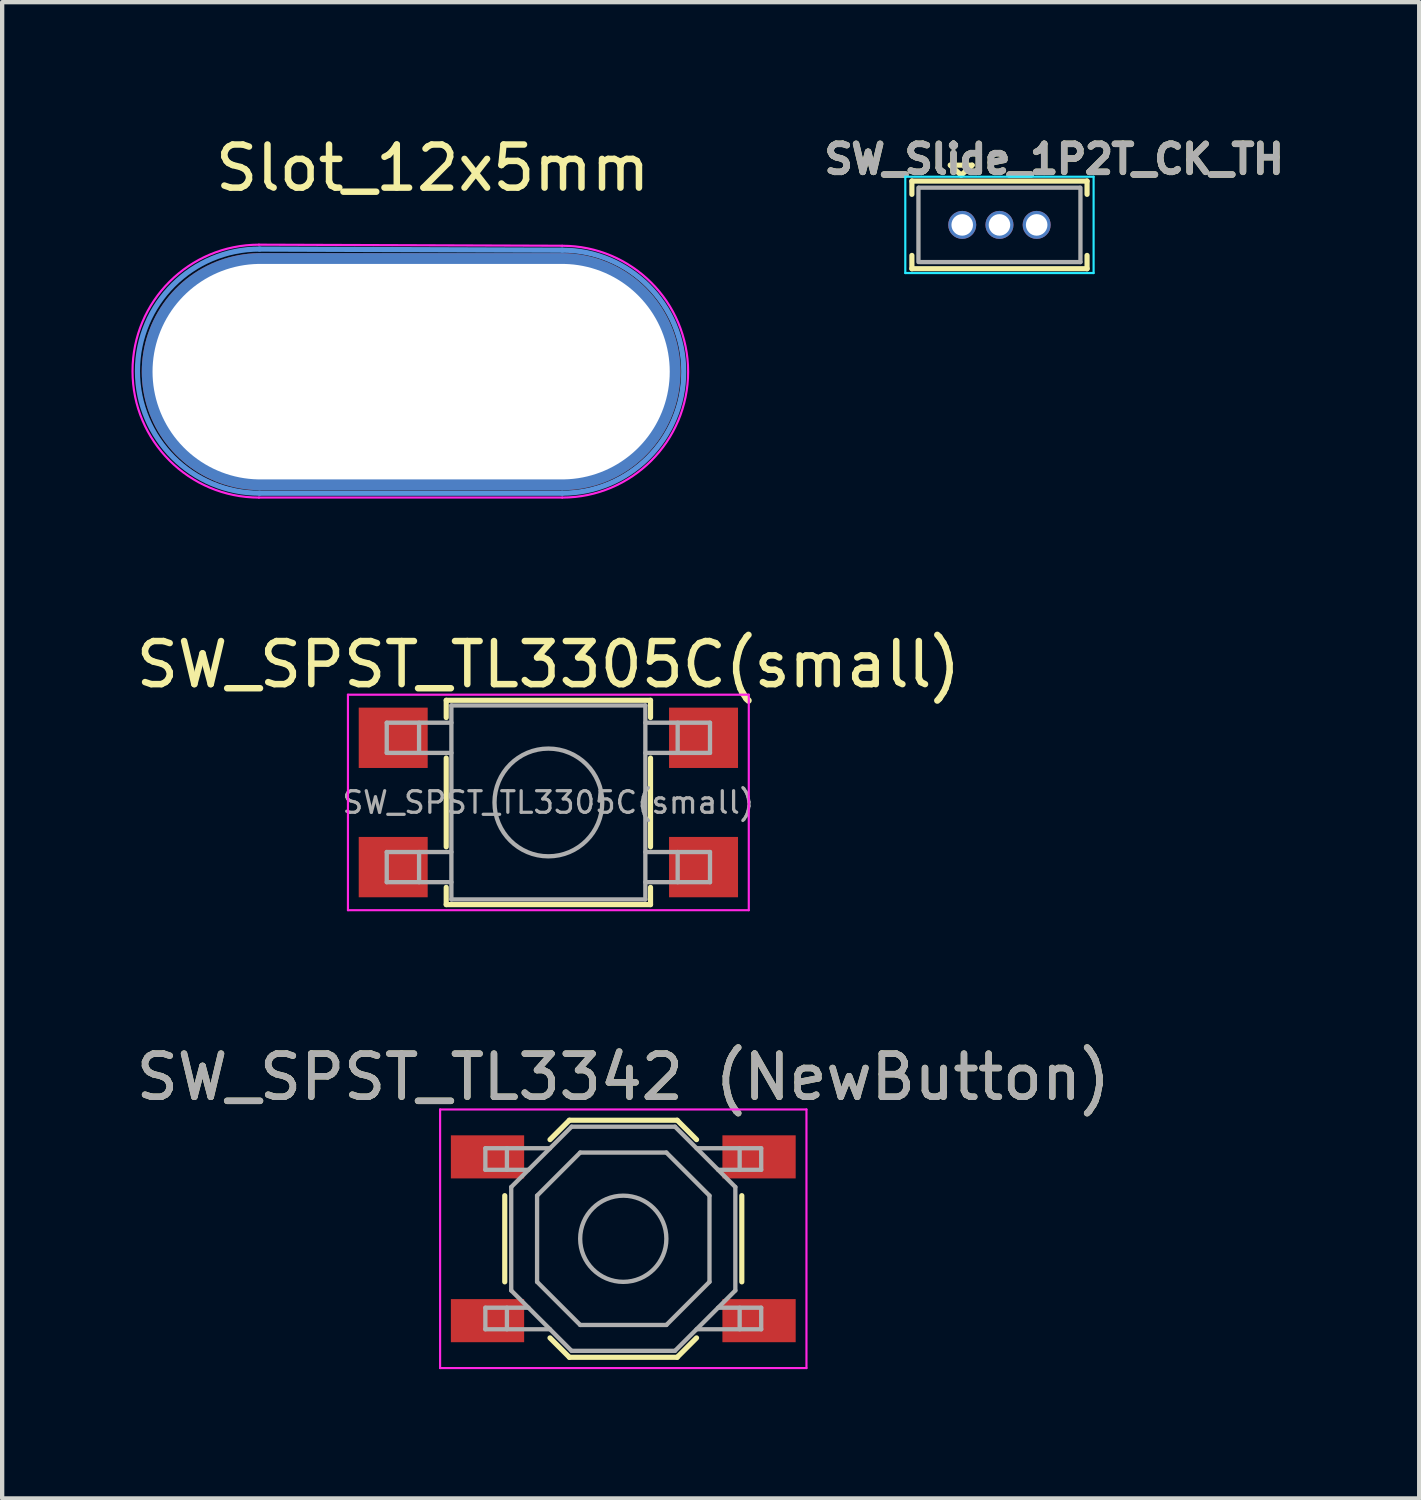
<source format=kicad_pcb>
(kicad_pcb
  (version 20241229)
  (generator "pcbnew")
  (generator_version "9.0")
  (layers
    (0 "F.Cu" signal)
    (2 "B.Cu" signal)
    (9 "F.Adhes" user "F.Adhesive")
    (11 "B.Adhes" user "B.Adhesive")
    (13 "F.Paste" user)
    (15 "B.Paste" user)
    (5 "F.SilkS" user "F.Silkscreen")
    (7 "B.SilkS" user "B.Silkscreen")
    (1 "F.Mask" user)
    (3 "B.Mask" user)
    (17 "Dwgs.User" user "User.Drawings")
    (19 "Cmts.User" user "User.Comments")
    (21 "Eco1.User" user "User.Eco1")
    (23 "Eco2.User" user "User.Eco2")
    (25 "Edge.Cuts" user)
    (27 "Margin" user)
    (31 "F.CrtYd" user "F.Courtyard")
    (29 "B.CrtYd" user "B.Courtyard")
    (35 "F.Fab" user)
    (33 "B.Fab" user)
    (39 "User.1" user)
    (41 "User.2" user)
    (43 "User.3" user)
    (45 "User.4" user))
  (footprint "Slot_12x5mm"
    (layer "F.Cu")
    (at 6.489 5.548)
    (property "Reference" "Slot_12x5mm" (at 0.5 -4.7 180) (layer "F.SilkS") (effects (font (size 1 1) (thickness 0.15))))
    (attr exclude_from_pos_files exclude_from_bom)
    (fp_line (start -3.518 -2.819) (end 3.505 -2.794) (stroke (width 0.12) (type solid)) (layer "Cmts.User"))
    (fp_line (start 3.505 2.845) (end -3.518 2.845) (stroke (width 0.12) (type solid)) (layer "Cmts.User"))
    (fp_arc (start -3.5179 2.8448) (mid -6.35 0.0127) (end -3.5179 -2.8194) (stroke (width 0.12) (type solid)) (layer "Cmts.User"))
    (fp_arc (start 3.5052 -2.794) (mid 6.3246 0.0254) (end 3.5052 2.8448) (stroke (width 0.12) (type solid)) (layer "Cmts.User"))
    (fp_line (start -3.531 -2.921) (end 3.505 -2.896) (stroke (width 0.05) (type solid)) (layer "F.CrtYd"))
    (fp_line (start 3.505 2.946) (end -3.531 2.946) (stroke (width 0.05) (type solid)) (layer "F.CrtYd"))
    (fp_arc (start -3.5306 2.9464) (mid -6.4643 0.0127) (end -3.5306 -2.921) (stroke (width 0.05) (type solid)) (layer "F.CrtYd"))
    (fp_arc (start 3.5052 -2.8956) (mid 6.4262 0.0254) (end 3.5052 2.9464) (stroke (width 0.05) (type solid)) (layer "F.CrtYd"))
    (pad "" thru_hole oval (at 0 0.025) (size 12.5 5.5) (drill oval 12 5) (layers "*.Cu" "*.Mask")))
  (footprint "SW_Slide_1P2T_CK_TH"
    (layer "F.Cu")
    (at 19.072 2.117)
    (property "Reference" "SW_Slide_1P2T_CK_TH" (at 2.337 -1.473 0) (layer "F.SilkS") (effects (font (size 0.65 0.65) (thickness 0.15))))
    (attr through_hole)
    (fp_line (start -0.965 -0.968) (end -0.965 -0.658) (stroke (width 0.12) (type solid)) (layer "F.SilkS"))
    (fp_line (start -0.965 -0.965) (end 3.099 -0.965) (stroke (width 0.12) (type solid)) (layer "F.SilkS"))
    (fp_line (start -0.965 1.069) (end -0.965 0.759) (stroke (width 0.12) (type solid)) (layer "F.SilkS"))
    (fp_line (start -0.076 -1.335) (end 0.178 -1.103) (stroke (width 0.12) (type solid)) (layer "F.SilkS"))
    (fp_line (start 0.178 -1.103) (end 0.432 -1.335) (stroke (width 0.12) (type solid)) (layer "F.SilkS"))
    (fp_line (start 0.432 -1.335) (end -0.068 -1.335) (stroke (width 0.12) (type solid)) (layer "F.SilkS"))
    (fp_line (start 3.099 -0.968) (end 3.099 -0.658) (stroke (width 0.12) (type solid)) (layer "F.SilkS"))
    (fp_line (start 3.099 1.067) (end -0.965 1.067) (stroke (width 0.12) (type solid)) (layer "F.SilkS"))
    (fp_line (start 3.099 1.069) (end 3.099 0.759) (stroke (width 0.12) (type solid)) (layer "F.SilkS"))
    (fp_line (start -1.118 -1.067) (end -1.118 1.168) (stroke (width 0.05) (type solid)) (layer "B.CrtYd"))
    (fp_line (start 3.251 -1.067) (end -1.118 -1.067) (stroke (width 0.05) (type solid)) (layer "B.CrtYd"))
    (fp_line (start 3.251 -1.067) (end 3.251 1.168) (stroke (width 0.05) (type solid)) (layer "B.CrtYd"))
    (fp_line (start 3.251 1.168) (end -1.118 1.168) (stroke (width 0.05) (type solid)) (layer "B.CrtYd"))
    (fp_line (start -0.813 -0.813) (end -0.813 0.914) (stroke (width 0.1) (type solid)) (layer "F.Fab"))
    (fp_line (start 2.928 -0.813) (end -0.795 -0.813) (stroke (width 0.1) (type solid)) (layer "F.Fab"))
    (fp_line (start 2.946 -0.813) (end 2.946 0.914) (stroke (width 0.1) (type solid)) (layer "F.Fab"))
    (fp_line (start 2.946 0.914) (end -0.777 0.914) (stroke (width 0.1) (type solid)) (layer "F.Fab"))
    (fp_text user "${REFERENCE}" (at 2.337 -1.473 0) (layer "F.Fab") (effects (font (size 0.65 0.65) (thickness 0.15))))
    (pad "1" thru_hole circle (at 0.203 0.051) (size 0.65 0.65) (drill 0.5) (layers "*.Cu" "*.Mask"))
    (pad "2" thru_hole circle (at 1.067 0.051) (size 0.65 0.65) (drill 0.5) (layers "*.Cu" "*.Mask"))
    (pad "3" thru_hole circle (at 1.93 0.051) (size 0.65 0.65) (drill 0.5) (layers "*.Cu" "*.Mask")))
  (footprint "SW_SPST_TL3305C(small)"
    (layer "F.Cu")
    (at 9.673 15.568)
    (property "Reference" "SW_SPST_TL3305C(small)" (at 0 -3.2 180) (layer "F.SilkS") (effects (font (size 1 1) (thickness 0.15))))
    (attr smd)
    (fp_line (start -2.37 -2.37) (end -2.37 -1.97) (stroke (width 0.12) (type solid)) (layer "F.SilkS"))
    (fp_line (start -2.37 -2.37) (end 2.37 -2.37) (stroke (width 0.12) (type solid)) (layer "F.SilkS"))
    (fp_line (start -2.37 1.03) (end -2.37 -1.03) (stroke (width 0.12) (type solid)) (layer "F.SilkS"))
    (fp_line (start -2.37 2.37) (end -2.37 1.97) (stroke (width 0.12) (type solid)) (layer "F.SilkS"))
    (fp_line (start -2.37 2.37) (end 2.37 2.37) (stroke (width 0.12) (type solid)) (layer "F.SilkS"))
    (fp_line (start 2.37 -2.37) (end 2.37 -1.97) (stroke (width 0.12) (type solid)) (layer "F.SilkS"))
    (fp_line (start 2.37 1.03) (end 2.37 -1.03) (stroke (width 0.12) (type solid)) (layer "F.SilkS"))
    (fp_line (start 2.37 2.37) (end 2.37 1.97) (stroke (width 0.12) (type solid)) (layer "F.SilkS"))
    (fp_line (start -4.65 -2.5) (end 4.65 -2.5) (stroke (width 0.05) (type solid)) (layer "F.CrtYd"))
    (fp_line (start -4.65 2.5) (end -4.65 -2.5) (stroke (width 0.05) (type solid)) (layer "F.CrtYd"))
    (fp_line (start 4.65 -2.5) (end 4.65 2.5) (stroke (width 0.05) (type solid)) (layer "F.CrtYd"))
    (fp_line (start 4.65 2.5) (end -4.65 2.5) (stroke (width 0.05) (type solid)) (layer "F.CrtYd"))
    (fp_line (start -3.75 -1.85) (end -3.75 -1.15) (stroke (width 0.1) (type solid)) (layer "F.Fab"))
    (fp_line (start -3.75 -1.15) (end -2.25 -1.15) (stroke (width 0.1) (type solid)) (layer "F.Fab"))
    (fp_line (start -3.75 1.15) (end -3.75 1.85) (stroke (width 0.1) (type solid)) (layer "F.Fab"))
    (fp_line (start -3.75 1.85) (end -2.25 1.85) (stroke (width 0.1) (type solid)) (layer "F.Fab"))
    (fp_line (start -3 -1.85) (end -3 -1.15) (stroke (width 0.1) (type solid)) (layer "F.Fab"))
    (fp_line (start -3 1.15) (end -3 1.85) (stroke (width 0.1) (type solid)) (layer "F.Fab"))
    (fp_line (start -2.25 -2.25) (end 2.25 -2.25) (stroke (width 0.1) (type solid)) (layer "F.Fab"))
    (fp_line (start -2.25 -1.85) (end -3.75 -1.85) (stroke (width 0.1) (type solid)) (layer "F.Fab"))
    (fp_line (start -2.25 1.15) (end -3.75 1.15) (stroke (width 0.1) (type solid)) (layer "F.Fab"))
    (fp_line (start -2.25 2.25) (end -2.25 -2.25) (stroke (width 0.1) (type solid)) (layer "F.Fab"))
    (fp_line (start 2.25 -2.25) (end 2.25 2.25) (stroke (width 0.1) (type solid)) (layer "F.Fab"))
    (fp_line (start 2.25 -1.15) (end 3.75 -1.15) (stroke (width 0.1) (type solid)) (layer "F.Fab"))
    (fp_line (start 2.25 1.15) (end 3.75 1.15) (stroke (width 0.1) (type solid)) (layer "F.Fab"))
    (fp_line (start 2.25 2.25) (end -2.25 2.25) (stroke (width 0.1) (type solid)) (layer "F.Fab"))
    (fp_line (start 3 -1.85) (end 3 -1.15) (stroke (width 0.1) (type solid)) (layer "F.Fab"))
    (fp_line (start 3 1.15) (end 3 1.85) (stroke (width 0.1) (type solid)) (layer "F.Fab"))
    (fp_line (start 3.75 -1.85) (end 2.25 -1.85) (stroke (width 0.1) (type solid)) (layer "F.Fab"))
    (fp_line (start 3.75 -1.15) (end 3.75 -1.85) (stroke (width 0.1) (type solid)) (layer "F.Fab"))
    (fp_line (start 3.75 1.15) (end 3.75 1.85) (stroke (width 0.1) (type solid)) (layer "F.Fab"))
    (fp_line (start 3.75 1.85) (end 2.25 1.85) (stroke (width 0.1) (type solid)) (layer "F.Fab"))
    (fp_circle (center 0 0) (end 1.25 0) (stroke (width 0.1) (type solid)) (fill no) (layer "F.Fab"))
    (fp_text user "${REFERENCE}" (at 0 0 180) (layer "F.Fab") (effects (font (size 0.5 0.5) (thickness 0.075))))
    (pad "1" smd rect (at -3.6 -1.5) (size 1.6 1.4) (layers "F.Cu" "F.Mask" "F.Paste"))
    (pad "1" smd rect (at 3.6 -1.5) (size 1.6 1.4) (layers "F.Cu" "F.Mask" "F.Paste"))
    (pad "2" smd rect (at -3.6 1.5) (size 1.6 1.4) (layers "F.Cu" "F.Mask" "F.Paste"))
    (pad "2" smd rect (at 3.6 1.5) (size 1.6 1.4) (layers "F.Cu" "F.Mask" "F.Paste")))
  (footprint "SW_SPST_TL3342 (NewButton)"
    (layer "F.Cu")
    (at 11.411 25.691)
    (property "Reference" "SW_SPST_TL3342 (NewButton)" (at 0 -3.75 0) (layer "F.SilkS") (effects (font (size 1 1) (thickness 0.15))))
    (attr smd)
    (fp_line (start -2.75 -1) (end -2.75 1) (stroke (width 0.12) (type solid)) (layer "F.SilkS"))
    (fp_line (start -1.7 -2.3) (end -1.25 -2.75) (stroke (width 0.12) (type solid)) (layer "F.SilkS"))
    (fp_line (start -1.7 2.3) (end -1.25 2.75) (stroke (width 0.12) (type solid)) (layer "F.SilkS"))
    (fp_line (start -1.25 -2.75) (end 1.25 -2.75) (stroke (width 0.12) (type solid)) (layer "F.SilkS"))
    (fp_line (start -1.25 2.75) (end 1.25 2.75) (stroke (width 0.12) (type solid)) (layer "F.SilkS"))
    (fp_line (start 1.7 -2.3) (end 1.25 -2.75) (stroke (width 0.12) (type solid)) (layer "F.SilkS"))
    (fp_line (start 1.7 2.3) (end 1.25 2.75) (stroke (width 0.12) (type solid)) (layer "F.SilkS"))
    (fp_line (start 2.75 -1) (end 2.75 1) (stroke (width 0.12) (type solid)) (layer "F.SilkS"))
    (fp_line (start -4.25 -3) (end 4.25 -3) (stroke (width 0.05) (type solid)) (layer "F.CrtYd"))
    (fp_line (start -4.25 3) (end -4.25 -3) (stroke (width 0.05) (type solid)) (layer "F.CrtYd"))
    (fp_line (start 4.25 -3) (end 4.25 3) (stroke (width 0.05) (type solid)) (layer "F.CrtYd"))
    (fp_line (start 4.25 3) (end -4.25 3) (stroke (width 0.05) (type solid)) (layer "F.CrtYd"))
    (fp_line (start -3.2 -2.1) (end -3.2 -1.6) (stroke (width 0.1) (type solid)) (layer "F.Fab"))
    (fp_line (start -3.2 -1.6) (end -2.2 -1.6) (stroke (width 0.1) (type solid)) (layer "F.Fab"))
    (fp_line (start -3.2 1.6) (end -2.2 1.6) (stroke (width 0.1) (type solid)) (layer "F.Fab"))
    (fp_line (start -3.2 2.1) (end -3.2 1.6) (stroke (width 0.1) (type solid)) (layer "F.Fab"))
    (fp_line (start -2.7 -2.1) (end -2.7 -1.6) (stroke (width 0.1) (type solid)) (layer "F.Fab"))
    (fp_line (start -2.7 2.1) (end -2.7 1.6) (stroke (width 0.1) (type solid)) (layer "F.Fab"))
    (fp_line (start -2.6 -1.2) (end -2.6 1.2) (stroke (width 0.1) (type solid)) (layer "F.Fab"))
    (fp_line (start -2.6 1.2) (end -1.2 2.6) (stroke (width 0.1) (type solid)) (layer "F.Fab"))
    (fp_line (start -2 -1) (end -1 -2) (stroke (width 0.1) (type solid)) (layer "F.Fab"))
    (fp_line (start -2 1) (end -2 -1) (stroke (width 0.1) (type solid)) (layer "F.Fab"))
    (fp_line (start -1.7 -2.1) (end -3.2 -2.1) (stroke (width 0.1) (type solid)) (layer "F.Fab"))
    (fp_line (start -1.7 2.1) (end -3.2 2.1) (stroke (width 0.1) (type solid)) (layer "F.Fab"))
    (fp_line (start -1.2 -2.6) (end -2.6 -1.2) (stroke (width 0.1) (type solid)) (layer "F.Fab"))
    (fp_line (start -1.2 2.6) (end 1.2 2.6) (stroke (width 0.1) (type solid)) (layer "F.Fab"))
    (fp_line (start -1 -2) (end 1 -2) (stroke (width 0.1) (type solid)) (layer "F.Fab"))
    (fp_line (start -1 2) (end -2 1) (stroke (width 0.1) (type solid)) (layer "F.Fab"))
    (fp_line (start 1 -2) (end 2 -1) (stroke (width 0.1) (type solid)) (layer "F.Fab"))
    (fp_line (start 1 2) (end -1 2) (stroke (width 0.1) (type solid)) (layer "F.Fab"))
    (fp_line (start 1.2 -2.6) (end -1.2 -2.6) (stroke (width 0.1) (type solid)) (layer "F.Fab"))
    (fp_line (start 1.2 2.6) (end 2.6 1.2) (stroke (width 0.1) (type solid)) (layer "F.Fab"))
    (fp_line (start 1.7 -2.1) (end 3.2 -2.1) (stroke (width 0.1) (type solid)) (layer "F.Fab"))
    (fp_line (start 1.7 2.1) (end 3.2 2.1) (stroke (width 0.1) (type solid)) (layer "F.Fab"))
    (fp_line (start 2 -1) (end 2 1) (stroke (width 0.1) (type solid)) (layer "F.Fab"))
    (fp_line (start 2 1) (end 1 2) (stroke (width 0.1) (type solid)) (layer "F.Fab"))
    (fp_line (start 2.6 -1.2) (end 1.2 -2.6) (stroke (width 0.1) (type solid)) (layer "F.Fab"))
    (fp_line (start 2.6 1.2) (end 2.6 -1.2) (stroke (width 0.1) (type solid)) (layer "F.Fab"))
    (fp_line (start 2.7 -2.1) (end 2.7 -1.6) (stroke (width 0.1) (type solid)) (layer "F.Fab"))
    (fp_line (start 2.7 2.1) (end 2.7 1.6) (stroke (width 0.1) (type solid)) (layer "F.Fab"))
    (fp_line (start 3.2 -2.1) (end 3.2 -1.6) (stroke (width 0.1) (type solid)) (layer "F.Fab"))
    (fp_line (start 3.2 -1.6) (end 2.2 -1.6) (stroke (width 0.1) (type solid)) (layer "F.Fab"))
    (fp_line (start 3.2 1.6) (end 2.2 1.6) (stroke (width 0.1) (type solid)) (layer "F.Fab"))
    (fp_line (start 3.2 2.1) (end 3.2 1.6) (stroke (width 0.1) (type solid)) (layer "F.Fab"))
    (fp_circle (center 0 0) (end 1 0) (stroke (width 0.1) (type solid)) (fill no) (layer "F.Fab"))
    (fp_text user "${REFERENCE}" (at 0 -3.75 0) (layer "F.Fab") (effects (font (size 1 1) (thickness 0.15))))
    (pad "1" smd rect (at -3.15 -1.9) (size 1.7 1) (layers "F.Cu" "F.Mask" "F.Paste"))
    (pad "1" smd rect (at 3.15 -1.9) (size 1.7 1) (layers "F.Cu" "F.Mask" "F.Paste"))
    (pad "2" smd rect (at -3.15 1.9) (size 1.7 1) (layers "F.Cu" "F.Mask" "F.Paste"))
    (pad "2" smd rect (at 3.15 1.9) (size 1.7 1) (layers "F.Cu" "F.Mask" "F.Paste")))
  (gr_rect
    (start -3 -3)
    (end 29.877 31.716)
    (stroke (width 0.1) (type default))
    (fill no)
    (layer "Edge.Cuts")))
</source>
